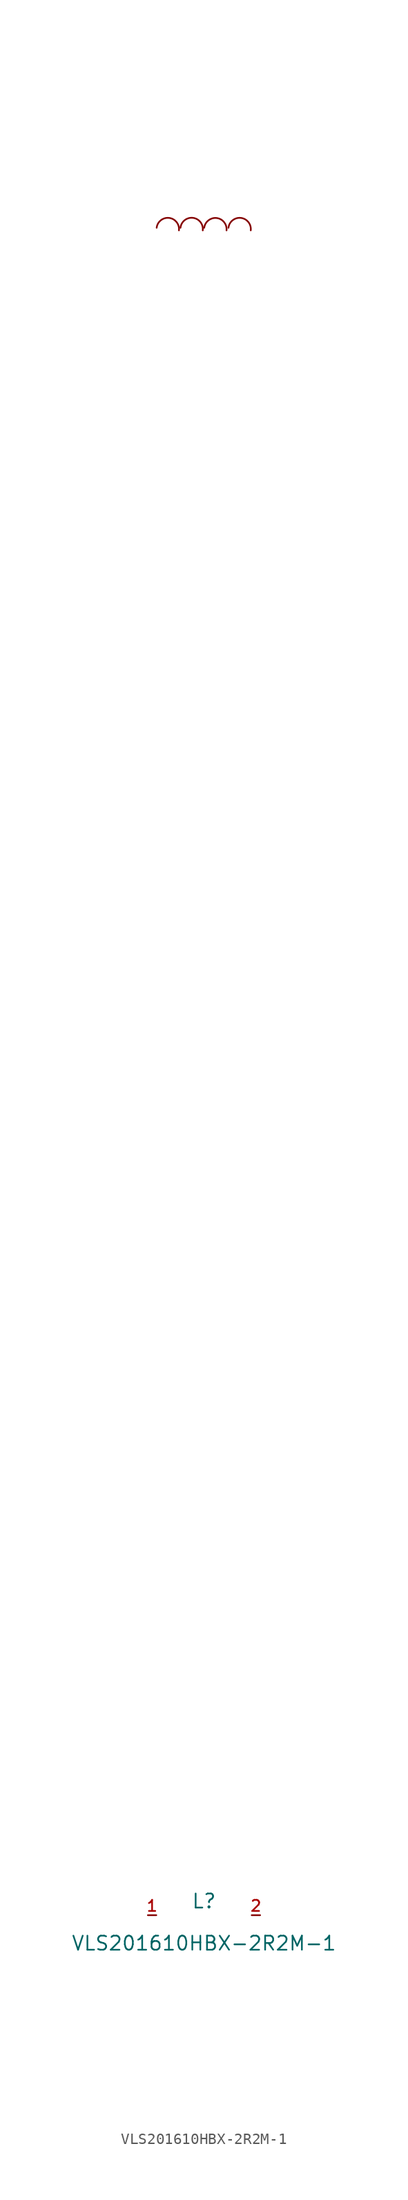
<source format=kicad_sym>
(kicad_symbol_lib
  (version 20210201)
  (generator TousstNicolas/JLC2KiCad_lib)
  (symbol "VLS201610HBX-2R2M-1"
    (pin_names hide)
    (property "Reference" "L"
      (at 0 1.27 0)
      (effects (font (size 1.27 1.27))))
    (property "Value" "VLS201610HBX-2R2M-1"
      (at 0 -2.54 0)
      (effects (font (size 1.27 1.27))))
    (symbol "VLS201610HBX-2R2M-1_0_1"
      (pin unspecified line (at 5.08 -0.0 180) (length 0.762) (name "2" (effects (font (size 1 1)))) (number "2" (effects (font (size 1 1)))))
      (pin unspecified line (at -5.08 -0.0 0) (length 0.762) (name "1" (effects (font (size 1 1)))) (number "1" (effects (font (size 1 1)))))
      (arc (start -2.2674329047940223 152.2661993749378) (mid -3.1590111605613322 153.3929684160086) (end -4.285780201632179 152.50139016024133) (stroke (width 0) (type default) (color 0 0 0 0)) (fill (type none)))
      (arc (start -0.11354180781655247 152.26464496392856) (mid -1.0048024524285284 153.3916652601437) (end -2.131822737142127 152.50040460098776) (stroke (width 0) (type default) (color 0 0 0 0)) (fill (type none)))
      (arc (start 2.0378424949520313 152.26464496392856) (mid 1.1465818503400553 153.3916652601437) (end 0.019561565626456494 152.50040460098776) (stroke (width 0) (type default) (color 0 0 0 0)) (fill (type none)))
      (arc (start 4.231170015864312 152.26619907095466) (mid 3.3395921290251422 153.39296842066645) (end 2.212822795584769 152.5013905132636) (stroke (width 0) (type default) (color 0 0 0 0)) (fill (type none))))))
</source>
